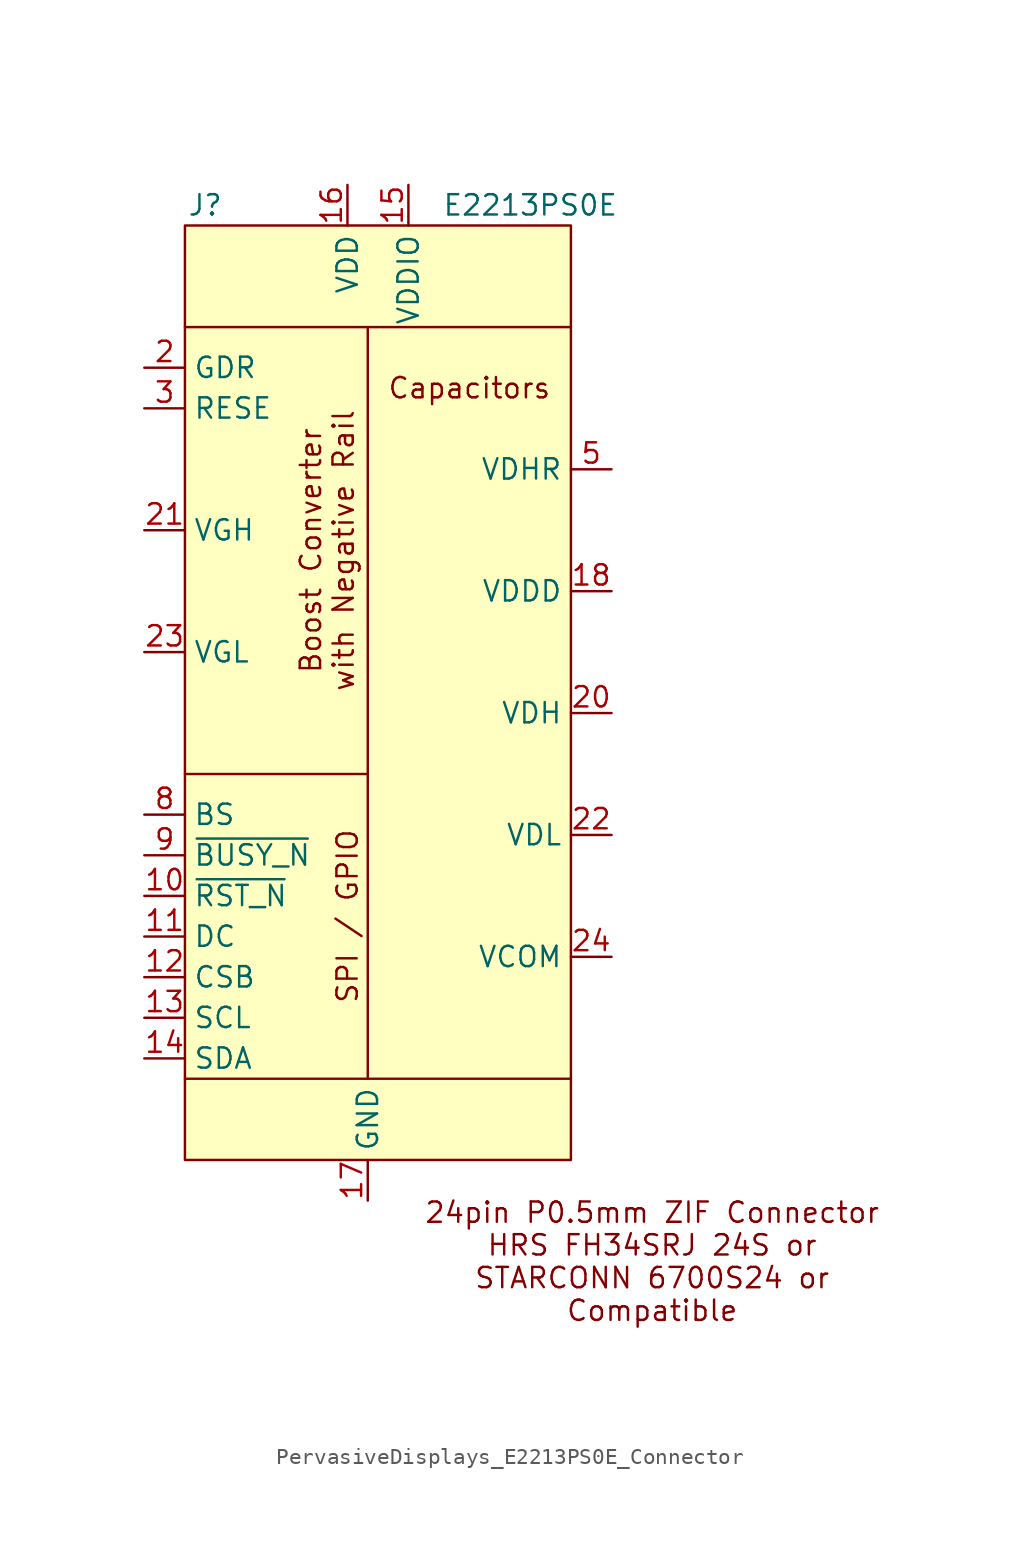
<source format=kicad_sym>
(kicad_symbol_lib
  (version 20220914)
  (generator kicad_symbol_editor)
  (symbol "PervasiveDisplays_E2213PS0E_Connector"
    (property "Reference" "J"
      (at -10.16 7.62 0)
      (effects (font (size 1.27 1.27))))
    (property "Value" "E2213PS0E"
      (at 10.16 7.62 0)
      (effects (font (size 1.27 1.27))))
    (symbol "PervasiveDisplays_E2213PS0E_Connector_0_0"
      (pin no_connect line (at 12.7 -1.27 180) (length 2.54) hide (name "NC" (effects (font (size 1.27 1.27)))) (number "1" (effects (font (size 1.27 1.27)))))
      (pin input line (at -13.97 -35.56 0) (length 2.54) (name "~{RST_N}" (effects (font (size 1.27 1.27)))) (number "10" (effects (font (size 1.27 1.27)))))
      (pin input line (at -13.97 -38.1 0) (length 2.54) (name "DC" (effects (font (size 1.27 1.27)))) (number "11" (effects (font (size 1.27 1.27)))))
      (pin input line (at -13.97 -40.64 0) (length 2.54) (name "CSB" (effects (font (size 1.27 1.27)))) (number "12" (effects (font (size 1.27 1.27)))))
      (pin input line (at -13.97 -43.18 0) (length 2.54) (name "SCL" (effects (font (size 1.27 1.27)))) (number "13" (effects (font (size 1.27 1.27)))))
      (pin input line (at -13.97 -45.72 0) (length 2.54) (name "SDA" (effects (font (size 1.27 1.27)))) (number "14" (effects (font (size 1.27 1.27)))))
      (pin power_in line (at 2.54 8.89 270) (length 2.54) (name "VDDIO" (effects (font (size 1.27 1.27)))) (number "15" (effects (font (size 1.27 1.27)))))
      (pin power_in line (at -1.27 8.89 270) (length 2.54) (name "VDD" (effects (font (size 1.27 1.27)))) (number "16" (effects (font (size 1.27 1.27)))))
      (pin power_in line (at 0 -54.61 90) (length 2.54) (name "GND" (effects (font (size 1.27 1.27)))) (number "17" (effects (font (size 1.27 1.27)))))
      (pin passive line (at 15.24 -16.51 180) (length 2.54) (name "VDDD" (effects (font (size 1.27 1.27)))) (number "18" (effects (font (size 1.27 1.27)))))
      (pin no_connect line (at 12.7 -6.35 180) (length 2.54) hide (name "NC" (effects (font (size 1.27 1.27)))) (number "19" (effects (font (size 1.27 1.27)))))
      (pin output line (at -13.97 -2.54 0) (length 2.54) (name "GDR" (effects (font (size 1.27 1.27)))) (number "2" (effects (font (size 1.27 1.27)))))
      (pin passive line (at 15.24 -24.13 180) (length 2.54) (name "VDH" (effects (font (size 1.27 1.27)))) (number "20" (effects (font (size 1.27 1.27)))))
      (pin passive line (at -13.97 -12.7 0) (length 2.54) (name "VGH" (effects (font (size 1.27 1.27)))) (number "21" (effects (font (size 1.27 1.27)))))
      (pin passive line (at 15.24 -31.75 180) (length 2.54) (name "VDL" (effects (font (size 1.27 1.27)))) (number "22" (effects (font (size 1.27 1.27)))))
      (pin passive line (at -13.97 -20.32 0) (length 2.54) (name "VGL" (effects (font (size 1.27 1.27)))) (number "23" (effects (font (size 1.27 1.27)))))
      (pin passive line (at 15.24 -39.37 180) (length 2.54) (name "VCOM" (effects (font (size 1.27 1.27)))) (number "24" (effects (font (size 1.27 1.27)))))
      (pin input line (at -13.97 -5.08 0) (length 2.54) (name "RESE" (effects (font (size 1.27 1.27)))) (number "3" (effects (font (size 1.27 1.27)))))
      (pin no_connect line (at 12.7 -2.54 180) (length 2.54) hide (name "NC" (effects (font (size 1.27 1.27)))) (number "4" (effects (font (size 1.27 1.27)))))
      (pin passive line (at 15.24 -8.89 180) (length 2.54) (name "VDHR" (effects (font (size 1.27 1.27)))) (number "5" (effects (font (size 1.27 1.27)))))
      (pin no_connect line (at 12.7 -3.81 180) (length 2.54) hide (name "NC" (effects (font (size 1.27 1.27)))) (number "6" (effects (font (size 1.27 1.27)))))
      (pin no_connect line (at 12.7 -5.08 180) (length 2.54) hide (name "NC" (effects (font (size 1.27 1.27)))) (number "7" (effects (font (size 1.27 1.27)))))
      (pin input line (at -13.97 -30.48 0) (length 2.54) (name "BS" (effects (font (size 1.27 1.27)))) (number "8" (effects (font (size 1.27 1.27)))))
      (pin output line (at -13.97 -33.02 0) (length 2.54) (name "~{BUSY_N}" (effects (font (size 1.27 1.27)))) (number "9" (effects (font (size 1.27 1.27))))))
    (symbol "PervasiveDisplays_E2213PS0E_Connector_0_1"
      (rectangle (start -11.43 6.35) (end 12.7 -52.07) (stroke (width 0) (type default)) (fill (type background)))
      (polyline (pts (xy -11.43 -46.99) (xy 12.7 -46.99)) (stroke (width 0) (type default)) (fill (type none)))
      (polyline (pts (xy -11.43 -27.94) (xy 0 -27.94)) (stroke (width 0) (type default)) (fill (type none)))
      (polyline (pts (xy -11.43 0) (xy 12.7 0)) (stroke (width 0) (type default)) (fill (type none)))
      (polyline (pts (xy 0 -46.99) (xy 0 0)) (stroke (width 0) (type default)) (fill (type none)))
      (text "24pin P0.5mm ZIF Connector\nHRS FH34SRJ 24S or\nSTARCONN 6700S24 or\nCompatible" (at 17.78 -58.42 0) (effects (font (size 1.27 1.27))))
      (text "Boost Converter\nwith Negative Rail" (at -2.54 -13.97 900) (effects (font (size 1.27 1.27))))
      (text "Capacitors" (at 6.35 -3.81 0) (effects (font (size 1.27 1.27))))
      (text "SPI / GPIO" (at -1.27 -36.83 900) (effects (font (size 1.27 1.27)))))))
</source>
